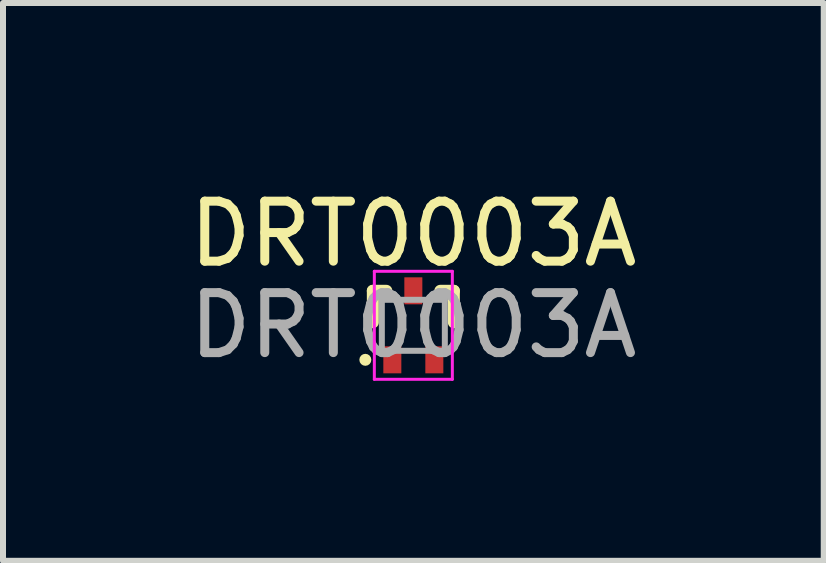
<source format=kicad_pcb>
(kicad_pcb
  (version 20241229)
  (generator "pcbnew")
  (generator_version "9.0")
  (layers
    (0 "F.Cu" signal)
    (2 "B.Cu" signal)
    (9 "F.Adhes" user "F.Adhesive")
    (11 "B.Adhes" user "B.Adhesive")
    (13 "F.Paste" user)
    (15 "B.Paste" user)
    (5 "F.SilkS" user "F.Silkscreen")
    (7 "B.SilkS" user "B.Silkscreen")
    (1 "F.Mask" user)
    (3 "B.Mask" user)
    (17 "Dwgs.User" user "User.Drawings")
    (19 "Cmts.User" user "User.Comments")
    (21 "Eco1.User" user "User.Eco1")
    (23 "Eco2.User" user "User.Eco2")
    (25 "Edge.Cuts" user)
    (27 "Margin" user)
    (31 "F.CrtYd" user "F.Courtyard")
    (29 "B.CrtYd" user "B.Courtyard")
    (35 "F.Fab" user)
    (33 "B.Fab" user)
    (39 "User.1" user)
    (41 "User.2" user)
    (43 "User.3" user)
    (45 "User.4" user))
  (footprint "DRT0003A"
    (layer "F.Cu")
    (at 3.839 2.372)
    (property "Reference" "DRT0003A" (at 0 -1.524 0) (unlocked yes) (layer "F.SilkS") (effects (font (size 1 1) (thickness 0.15))))
    (attr smd)
    (fp_line (start -0.675 -0.575) (end -0.45 -0.575) (stroke (width 0.2) (type solid)) (layer "F.SilkS"))
    (fp_line (start -0.675 -0.05) (end -0.675 -0.575) (stroke (width 0.2) (type solid)) (layer "F.SilkS"))
    (fp_line (start 0.45 -0.575) (end 0.675 -0.575) (stroke (width 0.2) (type solid)) (layer "F.SilkS"))
    (fp_line (start 0.675 -0.05) (end 0.675 -0.575) (stroke (width 0.2) (type solid)) (layer "F.SilkS"))
    (fp_circle (center -0.8 0.575) (end -0.75 0.575) (stroke (width 0.1) (type solid)) (fill no) (layer "F.SilkS"))
    (fp_line (start -0.65 -0.9) (end 0.65 -0.9) (stroke (width 0.05) (type solid)) (layer "F.CrtYd"))
    (fp_line (start -0.65 0.9) (end -0.65 -0.9) (stroke (width 0.05) (type solid)) (layer "F.CrtYd"))
    (fp_line (start -0.65 0.9) (end 0.65 0.9) (stroke (width 0.05) (type solid)) (layer "F.CrtYd"))
    (fp_line (start 0.65 0.9) (end 0.65 -0.9) (stroke (width 0.05) (type solid)) (layer "F.CrtYd"))
    (fp_line (start -0.525 -0.425) (end 0.525 -0.425) (stroke (width 0.1) (type solid)) (layer "F.Fab"))
    (fp_line (start -0.525 0.425) (end -0.525 -0.425) (stroke (width 0.1) (type solid)) (layer "F.Fab"))
    (fp_line (start -0.525 0.425) (end 0.525 0.425) (stroke (width 0.1) (type solid)) (layer "F.Fab"))
    (fp_line (start 0.525 0.425) (end 0.525 -0.425) (stroke (width 0.1) (type solid)) (layer "F.Fab"))
    (fp_text user "${REFERENCE}" (at 0 0 0) (unlocked yes) (layer "F.Fab") (effects (font (size 1 1) (thickness 0.15))))
    (pad "1" smd rect (at -0.35 0.575) (size 0.3 0.45) (layers "F.Cu" "F.Mask" "F.Paste"))
    (pad "2" smd rect (at 0.35 0.575) (size 0.3 0.45) (layers "F.Cu" "F.Mask" "F.Paste"))
    (pad "3" smd rect (at 0 -0.575) (size 0.3 0.45) (layers "F.Cu" "F.Mask" "F.Paste")))
  (gr_rect
    (start -3 -3)
    (end 10.679 6.297)
    (stroke (width 0.1) (type default))
    (fill no)
    (layer "Edge.Cuts")))
</source>
